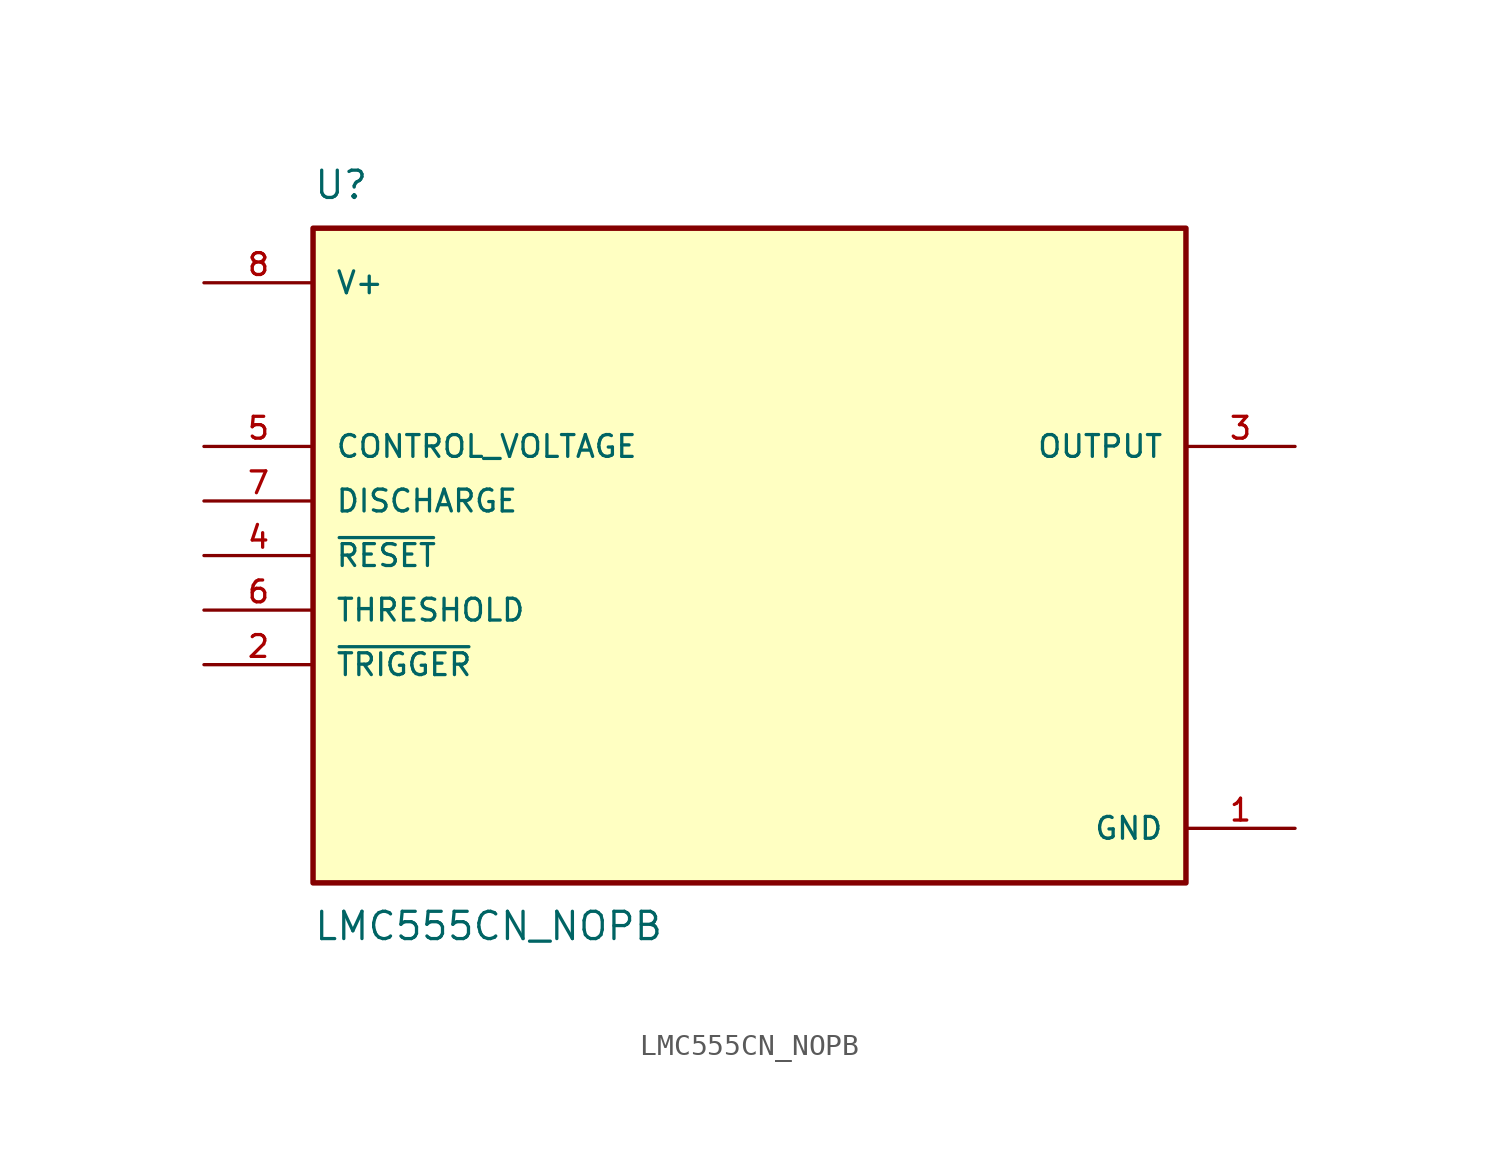
<source format=kicad_sym>
(kicad_symbol_lib
  (version 20211014)
  (generator kicad_symbol_editor)
  (symbol "LMC555CN_NOPB"
    (pin_names
      (offset 1.016))
    (property "Reference" "U"
      (at -20.32 16.51 0.0)
      (effects (font (size 1.27 1.27)) (justify bottom left)))
    (property "Value" "LMC555CN_NOPB"
      (at -20.32 -16.51 0.0)
      (effects (font (size 1.27 1.27)) (justify top left)))
    (symbol "LMC555CN_NOPB_0_0"
      (rectangle (start -20.32 -15.24) (end 20.32 15.24) (stroke (width 0.254)) (fill (type background)))
      (pin input line (at -25.4 5.08 0) (length 5.08) (name "CONTROL_VOLTAGE" (effects (font (size 1.016 1.016)))) (number "5" (effects (font (size 1.016 1.016)))))
      (pin input line (at -25.4 2.54 0) (length 5.08) (name "DISCHARGE" (effects (font (size 1.016 1.016)))) (number "7" (effects (font (size 1.016 1.016)))))
      (pin input line (at -25.4 0.0 0) (length 5.08) (name "~{RESET}" (effects (font (size 1.016 1.016)))) (number "4" (effects (font (size 1.016 1.016)))))
      (pin input line (at -25.4 -2.54 0) (length 5.08) (name "THRESHOLD" (effects (font (size 1.016 1.016)))) (number "6" (effects (font (size 1.016 1.016)))))
      (pin input line (at -25.4 -5.08 0) (length 5.08) (name "~{TRIGGER}" (effects (font (size 1.016 1.016)))) (number "2" (effects (font (size 1.016 1.016)))))
      (pin power_in line (at -25.4 12.7 0) (length 5.08) (name "V+" (effects (font (size 1.016 1.016)))) (number "8" (effects (font (size 1.016 1.016)))))
      (pin output line (at 25.4 5.08 180.0) (length 5.08) (name "OUTPUT" (effects (font (size 1.016 1.016)))) (number "3" (effects (font (size 1.016 1.016)))))
      (pin power_in line (at 25.4 -12.7 180.0) (length 5.08) (name "GND" (effects (font (size 1.016 1.016)))) (number "1" (effects (font (size 1.016 1.016))))))))
</source>
